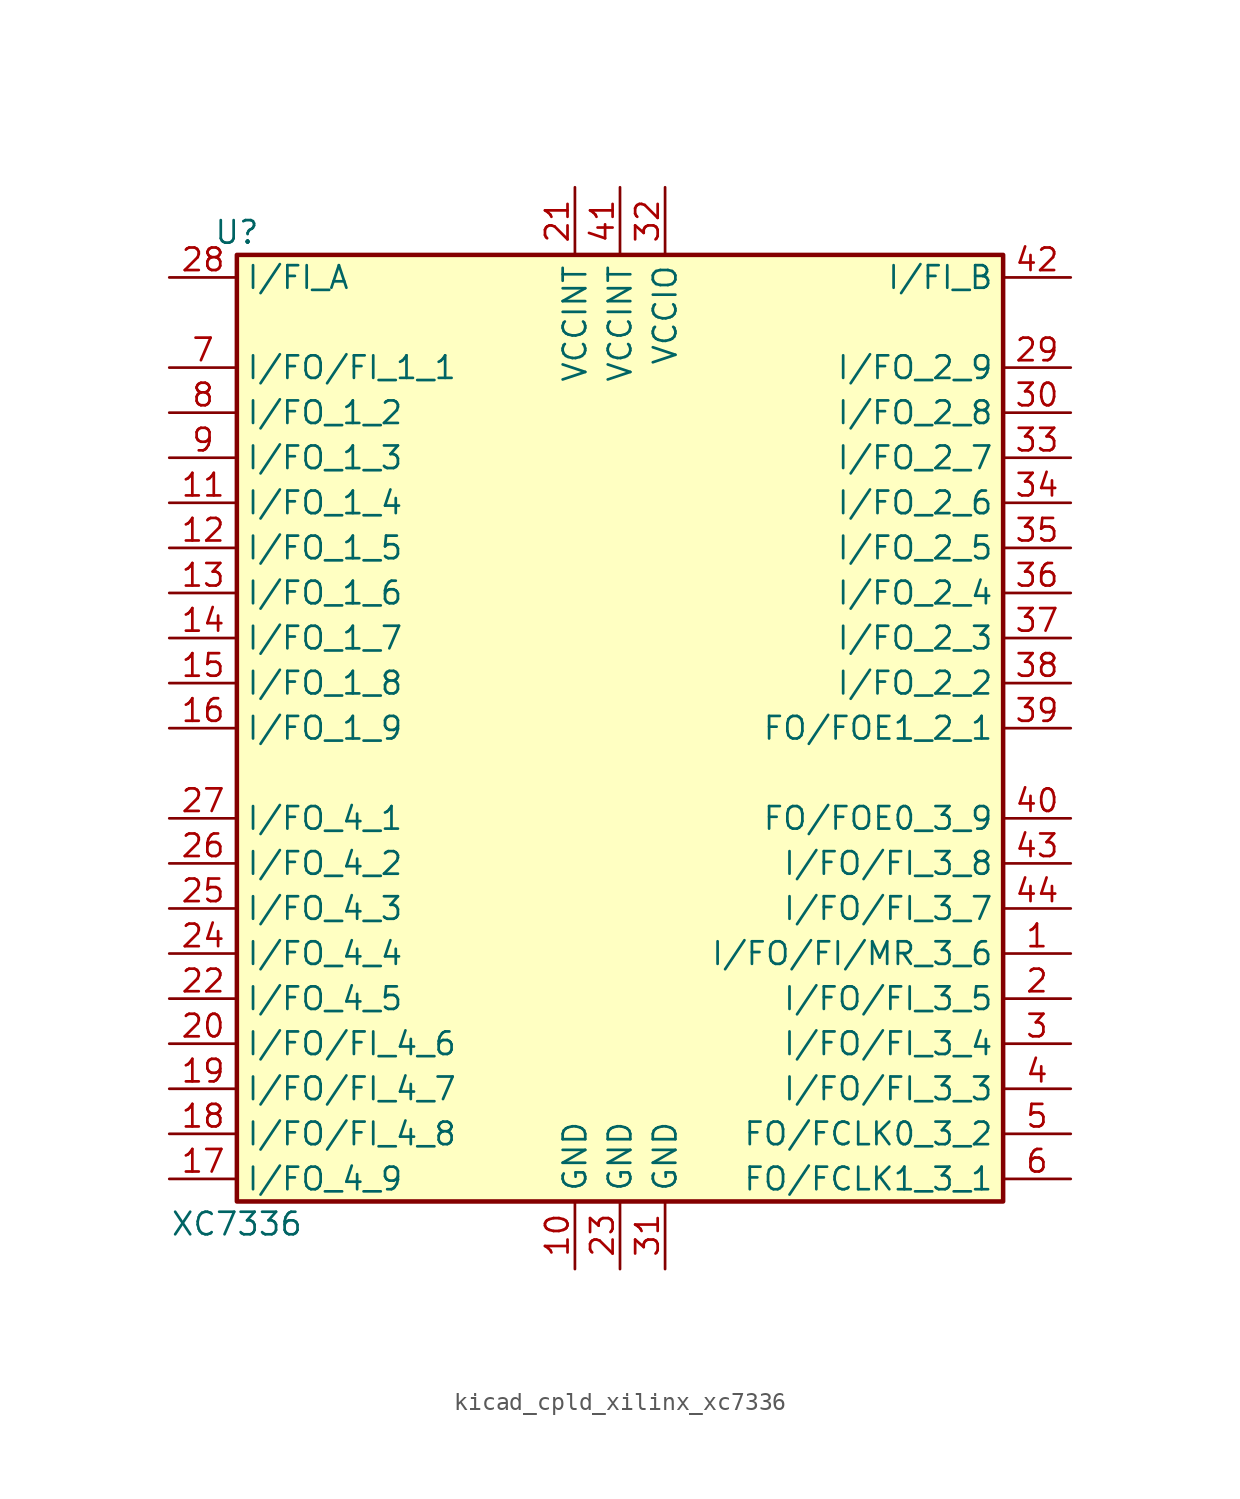
<source format=kicad_sym>
(kicad_symbol_lib
  (version 20220914)
  (generator kicad_symbol_editor)
  (symbol "kicad_cpld_xilinx_xc7336"
    (property "Reference" "U"
      (at -21.59 27.94 0)
      (effects (font (size 1.27 1.27))))
    (property "Value" "XC7336"
      (at -21.59 -27.94 0)
      (effects (font (size 1.27 1.27))))
    (symbol "kicad_cpld_xilinx_xc7336_1_1"
      (rectangle (start -21.59 26.67) (end 21.59 -26.67) (stroke (width 0.254) (type default)) (fill (type background)))
      (pin bidirectional line (at 25.4 -12.7 180) (length 3.81) (name "I/FO/FI/MR_3_6" (effects (font (size 1.27 1.27)))) (number "1" (effects (font (size 1.27 1.27)))))
      (pin power_in line (at -2.54 -30.48 90) (length 3.81) (name "GND" (effects (font (size 1.27 1.27)))) (number "10" (effects (font (size 1.27 1.27)))))
      (pin bidirectional line (at -25.4 12.7 0) (length 3.81) (name "I/FO_1_4" (effects (font (size 1.27 1.27)))) (number "11" (effects (font (size 1.27 1.27)))))
      (pin bidirectional line (at -25.4 10.16 0) (length 3.81) (name "I/FO_1_5" (effects (font (size 1.27 1.27)))) (number "12" (effects (font (size 1.27 1.27)))))
      (pin bidirectional line (at -25.4 7.62 0) (length 3.81) (name "I/FO_1_6" (effects (font (size 1.27 1.27)))) (number "13" (effects (font (size 1.27 1.27)))))
      (pin bidirectional line (at -25.4 5.08 0) (length 3.81) (name "I/FO_1_7" (effects (font (size 1.27 1.27)))) (number "14" (effects (font (size 1.27 1.27)))))
      (pin bidirectional line (at -25.4 2.54 0) (length 3.81) (name "I/FO_1_8" (effects (font (size 1.27 1.27)))) (number "15" (effects (font (size 1.27 1.27)))))
      (pin bidirectional line (at -25.4 0 0) (length 3.81) (name "I/FO_1_9" (effects (font (size 1.27 1.27)))) (number "16" (effects (font (size 1.27 1.27)))))
      (pin bidirectional line (at -25.4 -25.4 0) (length 3.81) (name "I/FO_4_9" (effects (font (size 1.27 1.27)))) (number "17" (effects (font (size 1.27 1.27)))))
      (pin bidirectional line (at -25.4 -22.86 0) (length 3.81) (name "I/FO/FI_4_8" (effects (font (size 1.27 1.27)))) (number "18" (effects (font (size 1.27 1.27)))))
      (pin bidirectional line (at -25.4 -20.32 0) (length 3.81) (name "I/FO/FI_4_7" (effects (font (size 1.27 1.27)))) (number "19" (effects (font (size 1.27 1.27)))))
      (pin bidirectional line (at 25.4 -15.24 180) (length 3.81) (name "I/FO/FI_3_5" (effects (font (size 1.27 1.27)))) (number "2" (effects (font (size 1.27 1.27)))))
      (pin bidirectional line (at -25.4 -17.78 0) (length 3.81) (name "I/FO/FI_4_6" (effects (font (size 1.27 1.27)))) (number "20" (effects (font (size 1.27 1.27)))))
      (pin power_in line (at -2.54 30.48 270) (length 3.81) (name "VCCINT" (effects (font (size 1.27 1.27)))) (number "21" (effects (font (size 1.27 1.27)))))
      (pin bidirectional line (at -25.4 -15.24 0) (length 3.81) (name "I/FO_4_5" (effects (font (size 1.27 1.27)))) (number "22" (effects (font (size 1.27 1.27)))))
      (pin power_in line (at 0 -30.48 90) (length 3.81) (name "GND" (effects (font (size 1.27 1.27)))) (number "23" (effects (font (size 1.27 1.27)))))
      (pin bidirectional line (at -25.4 -12.7 0) (length 3.81) (name "I/FO_4_4" (effects (font (size 1.27 1.27)))) (number "24" (effects (font (size 1.27 1.27)))))
      (pin bidirectional line (at -25.4 -10.16 0) (length 3.81) (name "I/FO_4_3" (effects (font (size 1.27 1.27)))) (number "25" (effects (font (size 1.27 1.27)))))
      (pin bidirectional line (at -25.4 -7.62 0) (length 3.81) (name "I/FO_4_2" (effects (font (size 1.27 1.27)))) (number "26" (effects (font (size 1.27 1.27)))))
      (pin bidirectional line (at -25.4 -5.08 0) (length 3.81) (name "I/FO_4_1" (effects (font (size 1.27 1.27)))) (number "27" (effects (font (size 1.27 1.27)))))
      (pin bidirectional line (at -25.4 25.4 0) (length 3.81) (name "I/FI_A" (effects (font (size 1.27 1.27)))) (number "28" (effects (font (size 1.27 1.27)))))
      (pin bidirectional line (at 25.4 20.32 180) (length 3.81) (name "I/FO_2_9" (effects (font (size 1.27 1.27)))) (number "29" (effects (font (size 1.27 1.27)))))
      (pin bidirectional line (at 25.4 -17.78 180) (length 3.81) (name "I/FO/FI_3_4" (effects (font (size 1.27 1.27)))) (number "3" (effects (font (size 1.27 1.27)))))
      (pin bidirectional line (at 25.4 17.78 180) (length 3.81) (name "I/FO_2_8" (effects (font (size 1.27 1.27)))) (number "30" (effects (font (size 1.27 1.27)))))
      (pin power_in line (at 2.54 -30.48 90) (length 3.81) (name "GND" (effects (font (size 1.27 1.27)))) (number "31" (effects (font (size 1.27 1.27)))))
      (pin power_in line (at 2.54 30.48 270) (length 3.81) (name "VCCIO" (effects (font (size 1.27 1.27)))) (number "32" (effects (font (size 1.27 1.27)))))
      (pin bidirectional line (at 25.4 15.24 180) (length 3.81) (name "I/FO_2_7" (effects (font (size 1.27 1.27)))) (number "33" (effects (font (size 1.27 1.27)))))
      (pin bidirectional line (at 25.4 12.7 180) (length 3.81) (name "I/FO_2_6" (effects (font (size 1.27 1.27)))) (number "34" (effects (font (size 1.27 1.27)))))
      (pin bidirectional line (at 25.4 10.16 180) (length 3.81) (name "I/FO_2_5" (effects (font (size 1.27 1.27)))) (number "35" (effects (font (size 1.27 1.27)))))
      (pin bidirectional line (at 25.4 7.62 180) (length 3.81) (name "I/FO_2_4" (effects (font (size 1.27 1.27)))) (number "36" (effects (font (size 1.27 1.27)))))
      (pin bidirectional line (at 25.4 5.08 180) (length 3.81) (name "I/FO_2_3" (effects (font (size 1.27 1.27)))) (number "37" (effects (font (size 1.27 1.27)))))
      (pin bidirectional line (at 25.4 2.54 180) (length 3.81) (name "I/FO_2_2" (effects (font (size 1.27 1.27)))) (number "38" (effects (font (size 1.27 1.27)))))
      (pin bidirectional line (at 25.4 0 180) (length 3.81) (name "FO/FOE1_2_1" (effects (font (size 1.27 1.27)))) (number "39" (effects (font (size 1.27 1.27)))))
      (pin bidirectional line (at 25.4 -20.32 180) (length 3.81) (name "I/FO/FI_3_3" (effects (font (size 1.27 1.27)))) (number "4" (effects (font (size 1.27 1.27)))))
      (pin bidirectional line (at 25.4 -5.08 180) (length 3.81) (name "FO/FOE0_3_9" (effects (font (size 1.27 1.27)))) (number "40" (effects (font (size 1.27 1.27)))))
      (pin power_in line (at 0 30.48 270) (length 3.81) (name "VCCINT" (effects (font (size 1.27 1.27)))) (number "41" (effects (font (size 1.27 1.27)))))
      (pin bidirectional line (at 25.4 25.4 180) (length 3.81) (name "I/FI_B" (effects (font (size 1.27 1.27)))) (number "42" (effects (font (size 1.27 1.27)))))
      (pin bidirectional line (at 25.4 -7.62 180) (length 3.81) (name "I/FO/FI_3_8" (effects (font (size 1.27 1.27)))) (number "43" (effects (font (size 1.27 1.27)))))
      (pin bidirectional line (at 25.4 -10.16 180) (length 3.81) (name "I/FO/FI_3_7" (effects (font (size 1.27 1.27)))) (number "44" (effects (font (size 1.27 1.27)))))
      (pin bidirectional line (at 25.4 -22.86 180) (length 3.81) (name "FO/FCLK0_3_2" (effects (font (size 1.27 1.27)))) (number "5" (effects (font (size 1.27 1.27)))))
      (pin bidirectional line (at 25.4 -25.4 180) (length 3.81) (name "FO/FCLK1_3_1" (effects (font (size 1.27 1.27)))) (number "6" (effects (font (size 1.27 1.27)))))
      (pin bidirectional line (at -25.4 20.32 0) (length 3.81) (name "I/FO/FI_1_1" (effects (font (size 1.27 1.27)))) (number "7" (effects (font (size 1.27 1.27)))))
      (pin bidirectional line (at -25.4 17.78 0) (length 3.81) (name "I/FO_1_2" (effects (font (size 1.27 1.27)))) (number "8" (effects (font (size 1.27 1.27)))))
      (pin bidirectional line (at -25.4 15.24 0) (length 3.81) (name "I/FO_1_3" (effects (font (size 1.27 1.27)))) (number "9" (effects (font (size 1.27 1.27))))))))
</source>
